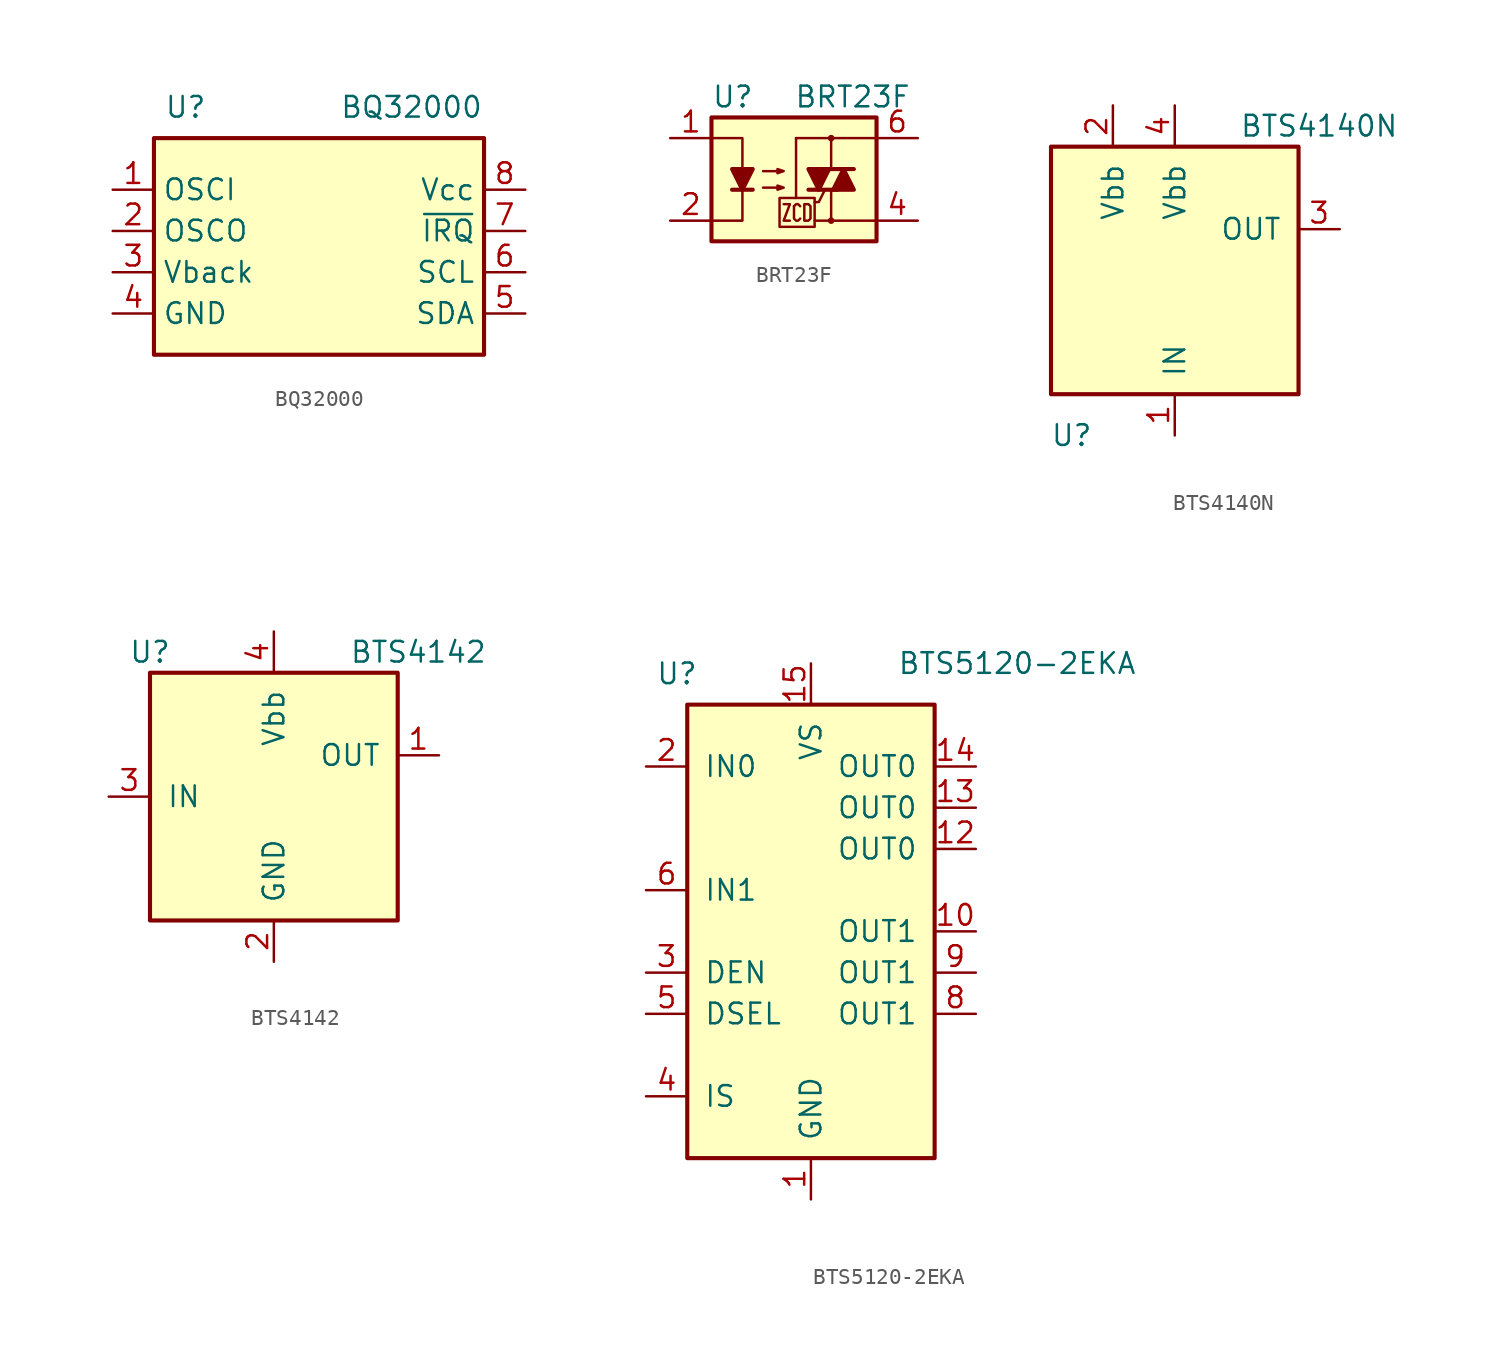
<source format=kicad_sym>
(kicad_symbol_lib
  (version 20211014)
  (generator kicad_symbol_editor)
  (symbol "BQ32000"
    (property "Reference" "U"
      (at -9.525 17.78 0)
      (effects (font (size 1.27 1.27)) (justify left)))
    (property "Value" "BQ32000"
      (at 1.27 17.78 0)
      (effects (font (size 1.27 1.27)) (justify left)))
    (symbol "BQ32000_0_1"
      (rectangle (start -10.16 15.875) (end 10.16 2.54) (stroke (width 0.254) (type default) (color 0 0 0 0)) (fill (type background))))
    (symbol "BQ32000_1_1"
      (pin input line (at -12.7 12.7 0) (length 2.54) (name "OSCI" (effects (font (size 1.27 1.27)))) (number "1" (effects (font (size 1.27 1.27)))))
      (pin input line (at -12.7 10.16 0) (length 2.54) (name "OSCO" (effects (font (size 1.27 1.27)))) (number "2" (effects (font (size 1.27 1.27)))))
      (pin input line (at -12.7 7.62 0) (length 2.54) (name "Vback" (effects (font (size 1.27 1.27)))) (number "3" (effects (font (size 1.27 1.27)))))
      (pin power_in line (at -12.7 5.08 0) (length 2.54) (name "GND" (effects (font (size 1.27 1.27)))) (number "4" (effects (font (size 1.27 1.27)))))
      (pin input line (at 12.7 5.08 180) (length 2.54) (name "SDA" (effects (font (size 1.27 1.27)))) (number "5" (effects (font (size 1.27 1.27)))))
      (pin input line (at 12.7 7.62 180) (length 2.54) (name "SCL" (effects (font (size 1.27 1.27)))) (number "6" (effects (font (size 1.27 1.27)))))
      (pin input line (at 12.7 10.16 180) (length 2.54) (name "~{IRQ}" (effects (font (size 1.27 1.27)))) (number "7" (effects (font (size 1.27 1.27)))))
      (pin power_in line (at 12.7 12.7 180) (length 2.54) (name "Vcc" (effects (font (size 1.27 1.27)))) (number "8" (effects (font (size 1.27 1.27)))))))
  (symbol "BRT23F"
    (pin_names
      (offset 1.016))
    (property "Reference" "U"
      (at -5.08 5.08 0)
      (effects (font (size 1.27 1.27)) (justify left)))
    (property "Value" "BRT23F"
      (at 0 5.08 0)
      (effects (font (size 1.27 1.27)) (justify left)))
    (symbol "BRT23F_0_1"
      (rectangle (start -5.08 3.81) (end 5.08 -3.81) (stroke (width 0.254) (type default) (color 0 0 0 0)) (fill (type background)))
      (polyline (pts (xy -3.81 -0.635) (xy -2.54 -0.635)) (stroke (width 0.254) (type default) (color 0 0 0 0)) (fill (type none)))
      (polyline (pts (xy 0.127 -1.143) (xy 0.127 2.54)) (stroke (width 0) (type default) (color 0 0 0 0)) (fill (type none)))
      (polyline (pts (xy 0.127 2.54) (xy 2.286 2.54)) (stroke (width 0) (type default) (color 0 0 0 0)) (fill (type none)))
      (polyline (pts (xy 1.905 0.635) (xy 3.683 0.635)) (stroke (width 0.254) (type default) (color 0 0 0 0)) (fill (type none)))
      (polyline (pts (xy 2.286 -2.54) (xy 1.27 -2.54)) (stroke (width 0) (type default) (color 0 0 0 0)) (fill (type none)))
      (polyline (pts (xy 2.286 -2.54) (xy 2.286 -0.635)) (stroke (width 0) (type default) (color 0 0 0 0)) (fill (type none)))
      (polyline (pts (xy 2.286 -2.54) (xy 5.08 -2.54)) (stroke (width 0) (type default) (color 0 0 0 0)) (fill (type none)))
      (polyline (pts (xy 2.286 2.54) (xy 2.286 0.635)) (stroke (width 0) (type default) (color 0 0 0 0)) (fill (type none)))
      (polyline (pts (xy 2.286 2.54) (xy 5.08 2.54)) (stroke (width 0) (type default) (color 0 0 0 0)) (fill (type none)))
      (polyline (pts (xy 2.667 -0.635) (xy 0.889 -0.635)) (stroke (width 0.254) (type default) (color 0 0 0 0)) (fill (type none)))
      (polyline (pts (xy -5.08 2.54) (xy -3.175 2.54) (xy -3.175 0.635)) (stroke (width 0) (type default) (color 0 0 0 0)) (fill (type none)))
      (polyline (pts (xy -3.175 -0.635) (xy -3.175 -2.54) (xy -5.08 -2.54)) (stroke (width 0) (type default) (color 0 0 0 0)) (fill (type none)))
      (polyline (pts (xy 1.905 -0.635) (xy 1.524 -1.397) (xy 1.27 -1.397)) (stroke (width 0) (type default) (color 0 0 0 0)) (fill (type none)))
      (polyline (pts (xy -3.175 -0.635) (xy -3.81 0.635) (xy -2.54 0.635) (xy -3.175 -0.635)) (stroke (width 0.254) (type default) (color 0 0 0 0)) (fill (type outline)))
      (polyline (pts (xy -0.635 -1.524) (xy -0.254 -1.524) (xy -0.635 -2.54) (xy -0.254 -2.54)) (stroke (width 0) (type default) (color 0 0 0 0)) (fill (type none)))
      (polyline (pts (xy 0 -1.651) (xy 0.127 -1.524) (xy 0.254 -1.524) (xy 0.381 -1.651)) (stroke (width 0) (type default) (color 0 0 0 0)) (fill (type none)))
      (polyline (pts (xy 1.524 -0.635) (xy 2.159 0.635) (xy 0.889 0.635) (xy 1.524 -0.635)) (stroke (width 0.254) (type default) (color 0 0 0 0)) (fill (type outline)))
      (polyline (pts (xy 3.048 0.635) (xy 2.413 -0.635) (xy 3.683 -0.635) (xy 3.048 0.635)) (stroke (width 0.254) (type default) (color 0 0 0 0)) (fill (type outline)))
      (polyline (pts (xy -1.905 -0.508) (xy -0.635 -0.508) (xy -1.016 -0.635) (xy -1.016 -0.381) (xy -0.635 -0.508)) (stroke (width 0) (type default) (color 0 0 0 0)) (fill (type none)))
      (polyline (pts (xy -1.905 0.508) (xy -0.635 0.508) (xy -1.016 0.381) (xy -1.016 0.635) (xy -0.635 0.508)) (stroke (width 0) (type default) (color 0 0 0 0)) (fill (type none)))
      (polyline (pts (xy -0.889 -1.143) (xy -0.889 -2.921) (xy 1.27 -2.921) (xy 1.27 -1.143) (xy -0.889 -1.143)) (stroke (width 0) (type default) (color 0 0 0 0)) (fill (type none)))
      (polyline (pts (xy 0.381 -2.413) (xy 0.254 -2.54) (xy 0.127 -2.54) (xy 0 -2.413) (xy 0 -1.651)) (stroke (width 0) (type default) (color 0 0 0 0)) (fill (type none)))
      (polyline (pts (xy 0.635 -1.524) (xy 0.635 -2.54) (xy 0.889 -2.54) (xy 1.016 -2.413) (xy 1.016 -1.651) (xy 0.889 -1.524) (xy 0.635 -1.524)) (stroke (width 0) (type default) (color 0 0 0 0)) (fill (type none)))
      (circle (center 2.286 -2.54) (radius 0.127) (stroke (width 0) (type default) (color 0 0 0 0)) (fill (type none)))
      (circle (center 2.286 2.54) (radius 0.127) (stroke (width 0) (type default) (color 0 0 0 0)) (fill (type none))))
    (symbol "BRT23F_1_1"
      (pin passive line (at -7.62 2.54 0) (length 2.54) (name "~" (effects (font (size 1.27 1.27)))) (number "1" (effects (font (size 1.27 1.27)))))
      (pin passive line (at -7.62 -2.54 0) (length 2.54) (name "~" (effects (font (size 1.27 1.27)))) (number "2" (effects (font (size 1.27 1.27)))))
      (pin no_connect line (at -7.62 0 0) (length 2.54) hide (name "NC" (effects (font (size 1.27 1.27)))) (number "3" (effects (font (size 1.27 1.27)))))
      (pin passive line (at 7.62 -2.54 180) (length 2.54) (name "~" (effects (font (size 1.27 1.27)))) (number "4" (effects (font (size 1.27 1.27)))))
      (pin no_connect line (at 7.62 0 180) (length 2.54) hide (name "NC" (effects (font (size 1.27 1.27)))) (number "5" (effects (font (size 1.27 1.27)))))
      (pin passive line (at 7.62 2.54 180) (length 2.54) (name "~" (effects (font (size 1.27 1.27)))) (number "6" (effects (font (size 1.27 1.27)))))))
  (symbol "BTS4140N"
    (pin_names
      (offset 1.016))
    (property "Reference" "U"
      (at -6.35 -10.16 0)
      (effects (font (size 1.27 1.27))))
    (property "Value" "BTS4140N"
      (at 8.89 8.89 0)
      (effects (font (size 1.27 1.27))))
    (symbol "BTS4140N_0_1"
      (rectangle (start -7.62 7.62) (end 7.62 -7.62) (stroke (width 0.254) (type default) (color 0 0 0 0)) (fill (type background))))
    (symbol "BTS4140N_1_1"
      (pin input line (at 0 -10.16 90) (length 2.54) (name "IN" (effects (font (size 1.27 1.27)))) (number "1" (effects (font (size 1.27 1.27)))))
      (pin input line (at -3.81 10.16 270) (length 2.54) (name "Vbb" (effects (font (size 1.27 1.27)))) (number "2" (effects (font (size 1.27 1.27)))))
      (pin power_out line (at 10.16 2.54 180) (length 2.54) (name "OUT" (effects (font (size 1.27 1.27)))) (number "3" (effects (font (size 1.27 1.27)))))
      (pin power_in line (at 0 10.16 270) (length 2.54) (name "Vbb" (effects (font (size 1.27 1.27)))) (number "4" (effects (font (size 1.27 1.27)))))))
  (symbol "BTS4142"
    (pin_names
      (offset 1.016))
    (property "Reference" "U"
      (at -7.62 8.89 0)
      (effects (font (size 1.27 1.27))))
    (property "Value" "BTS4142"
      (at 8.89 8.89 0)
      (effects (font (size 1.27 1.27))))
    (symbol "BTS4142_0_1"
      (rectangle (start -7.62 7.62) (end 7.62 -7.62) (stroke (width 0.254) (type default) (color 0 0 0 0)) (fill (type background))))
    (symbol "BTS4142_1_1"
      (pin power_out line (at 10.16 2.54 180) (length 2.54) (name "OUT" (effects (font (size 1.27 1.27)))) (number "1" (effects (font (size 1.27 1.27)))))
      (pin input line (at 0 -10.16 90) (length 2.54) (name "GND" (effects (font (size 1.27 1.27)))) (number "2" (effects (font (size 1.27 1.27)))))
      (pin input line (at -10.16 0 0) (length 2.54) (name "IN" (effects (font (size 1.27 1.27)))) (number "3" (effects (font (size 1.27 1.27)))))
      (pin power_in line (at 0 10.16 270) (length 2.54) (name "Vbb" (effects (font (size 1.27 1.27)))) (number "4" (effects (font (size 1.27 1.27)))))))
  (symbol "BTS5120-2EKA"
    (pin_names
      (offset 1.016))
    (property "Reference" "U"
      (at -8.255 10.795 0)
      (effects (font (size 1.27 1.27))))
    (property "Value" "BTS5120-2EKA"
      (at 12.7 11.43 0)
      (effects (font (size 1.27 1.27))))
    (symbol "BTS5120-2EKA_0_1"
      (rectangle (start -7.62 8.89) (end 7.62 -19.05) (stroke (width 0.254) (type default) (color 0 0 0 0)) (fill (type background))))
    (symbol "BTS5120-2EKA_1_1"
      (pin power_in line (at 0 -21.59 90) (length 2.54) (name "GND" (effects (font (size 1.27 1.27)))) (number "1" (effects (font (size 1.27 1.27)))))
      (pin power_out line (at 10.16 -5.08 180) (length 2.54) (name "OUT1" (effects (font (size 1.27 1.27)))) (number "10" (effects (font (size 1.27 1.27)))))
      (pin no_connect line (at 10.16 -2.54 180) (length 2.54) hide (name "NC" (effects (font (size 1.27 1.27)))) (number "11" (effects (font (size 1.27 1.27)))))
      (pin passive line (at 10.16 0 180) (length 2.54) (name "OUT0" (effects (font (size 1.27 1.27)))) (number "12" (effects (font (size 1.27 1.27)))))
      (pin passive line (at 10.16 2.54 180) (length 2.54) (name "OUT0" (effects (font (size 1.27 1.27)))) (number "13" (effects (font (size 1.27 1.27)))))
      (pin power_out line (at 10.16 5.08 180) (length 2.54) (name "OUT0" (effects (font (size 1.27 1.27)))) (number "14" (effects (font (size 1.27 1.27)))))
      (pin power_in line (at 0 11.43 270) (length 2.54) (name "VS" (effects (font (size 1.27 1.27)))) (number "15" (effects (font (size 1.27 1.27)))))
      (pin input line (at -10.16 5.08 0) (length 2.54) (name "IN0" (effects (font (size 1.27 1.27)))) (number "2" (effects (font (size 1.27 1.27)))))
      (pin input line (at -10.16 -7.62 0) (length 2.54) (name "DEN" (effects (font (size 1.27 1.27)))) (number "3" (effects (font (size 1.27 1.27)))))
      (pin input line (at -10.16 -15.24 0) (length 2.54) (name "IS" (effects (font (size 1.27 1.27)))) (number "4" (effects (font (size 1.27 1.27)))))
      (pin input line (at -10.16 -10.16 0) (length 2.54) (name "DSEL" (effects (font (size 1.27 1.27)))) (number "5" (effects (font (size 1.27 1.27)))))
      (pin input line (at -10.16 -2.54 0) (length 2.54) (name "IN1" (effects (font (size 1.27 1.27)))) (number "6" (effects (font (size 1.27 1.27)))))
      (pin no_connect line (at 10.16 -13.97 180) (length 2.54) hide (name "NC" (effects (font (size 1.27 1.27)))) (number "7" (effects (font (size 1.27 1.27)))))
      (pin passive line (at 10.16 -10.16 180) (length 2.54) (name "OUT1" (effects (font (size 1.27 1.27)))) (number "8" (effects (font (size 1.27 1.27)))))
      (pin passive line (at 10.16 -7.62 180) (length 2.54) (name "OUT1" (effects (font (size 1.27 1.27)))) (number "9" (effects (font (size 1.27 1.27))))))))
</source>
